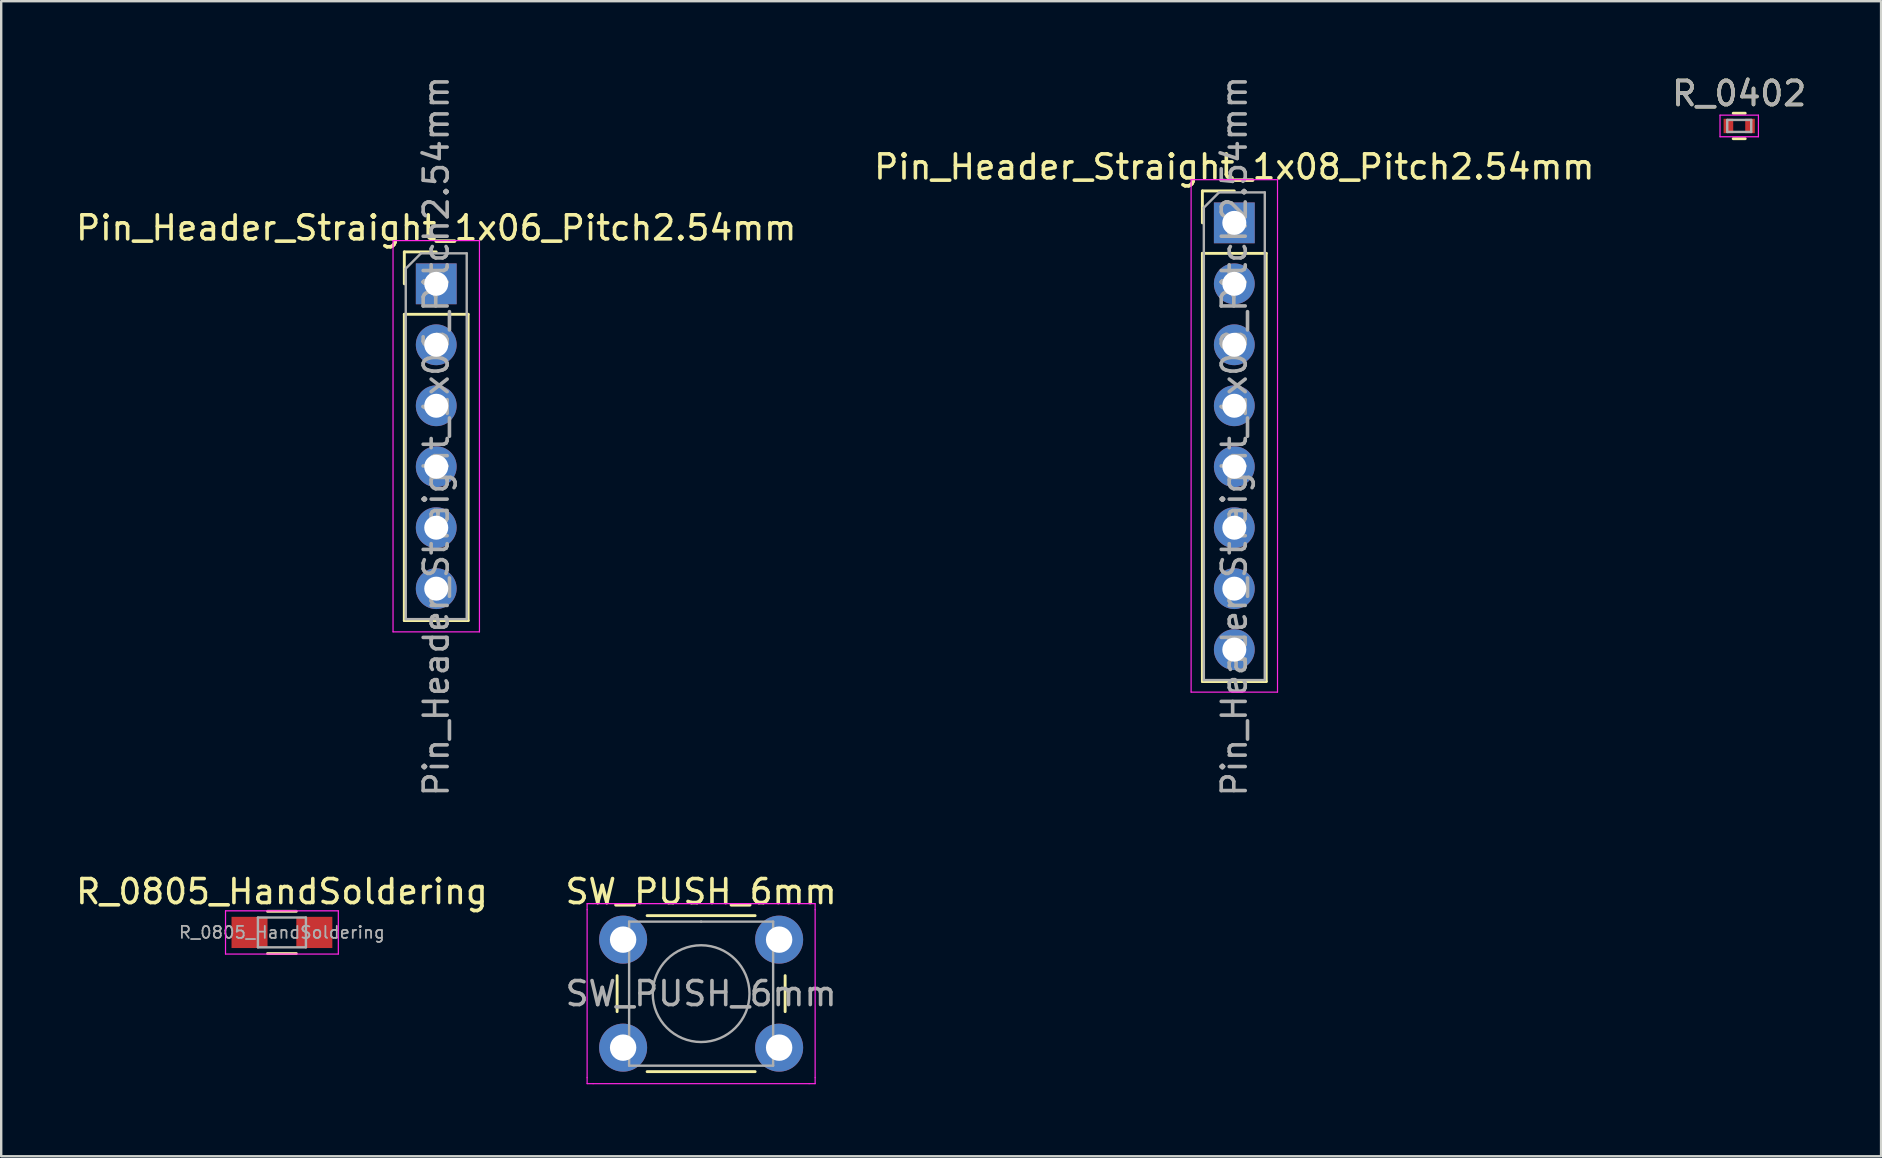
<source format=kicad_pcb>
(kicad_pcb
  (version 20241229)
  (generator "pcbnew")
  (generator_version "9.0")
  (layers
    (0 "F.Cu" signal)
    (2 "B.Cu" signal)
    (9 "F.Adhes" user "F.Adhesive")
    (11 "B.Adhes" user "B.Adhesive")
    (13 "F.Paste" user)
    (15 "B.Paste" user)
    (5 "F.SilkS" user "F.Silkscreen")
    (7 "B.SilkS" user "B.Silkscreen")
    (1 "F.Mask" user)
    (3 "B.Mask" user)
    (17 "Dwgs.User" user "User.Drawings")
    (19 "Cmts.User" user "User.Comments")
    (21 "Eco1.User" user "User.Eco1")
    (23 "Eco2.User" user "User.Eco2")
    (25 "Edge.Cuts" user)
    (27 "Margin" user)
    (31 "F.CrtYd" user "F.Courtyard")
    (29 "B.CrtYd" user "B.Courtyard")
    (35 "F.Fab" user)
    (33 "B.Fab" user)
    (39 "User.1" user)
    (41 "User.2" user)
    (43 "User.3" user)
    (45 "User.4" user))
  (footprint "R_0402"
    (layer "F.Cu")
    (at 69.411 2.198)
    (property "Reference" "R_0402" (at 0 -1.35 0) (layer "F.SilkS") (effects (font (size 1 1) (thickness 0.15))))
    (attr smd)
    (fp_line (start -0.25 0.53) (end 0.25 0.53) (stroke (width 0.12) (type solid)) (layer "F.SilkS"))
    (fp_line (start 0.25 -0.53) (end -0.25 -0.53) (stroke (width 0.12) (type solid)) (layer "F.SilkS"))
    (fp_line (start -0.8 -0.45) (end -0.8 0.45) (stroke (width 0.05) (type solid)) (layer "F.CrtYd"))
    (fp_line (start -0.8 -0.45) (end 0.8 -0.45) (stroke (width 0.05) (type solid)) (layer "F.CrtYd"))
    (fp_line (start 0.8 0.45) (end -0.8 0.45) (stroke (width 0.05) (type solid)) (layer "F.CrtYd"))
    (fp_line (start 0.8 0.45) (end 0.8 -0.45) (stroke (width 0.05) (type solid)) (layer "F.CrtYd"))
    (fp_line (start -0.5 -0.25) (end 0.5 -0.25) (stroke (width 0.1) (type solid)) (layer "F.Fab"))
    (fp_line (start -0.5 0.25) (end -0.5 -0.25) (stroke (width 0.1) (type solid)) (layer "F.Fab"))
    (fp_line (start 0.5 -0.25) (end 0.5 0.25) (stroke (width 0.1) (type solid)) (layer "F.Fab"))
    (fp_line (start 0.5 0.25) (end -0.5 0.25) (stroke (width 0.1) (type solid)) (layer "F.Fab"))
    (fp_text user "${REFERENCE}" (at 0 -1.35 0) (layer "F.Fab") (effects (font (size 1 1) (thickness 0.15))))
    (pad "1" smd rect (at -0.45 0) (size 0.4 0.6) (layers "F.Cu" "F.Mask" "F.Paste"))
    (pad "2" smd rect (at 0.45 0) (size 0.4 0.6) (layers "F.Cu" "F.Mask" "F.Paste")))
  (footprint "R_0805_HandSoldering"
    (layer "F.Cu")
    (at 8.696 35.798)
    (property "Reference" "R_0805_HandSoldering" (at 0 -1.7 0) (layer "F.SilkS") (effects (font (size 1 1) (thickness 0.15))))
    (attr smd)
    (fp_line (start -0.6 -0.88) (end 0.6 -0.88) (stroke (width 0.12) (type solid)) (layer "F.SilkS"))
    (fp_line (start 0.6 0.88) (end -0.6 0.88) (stroke (width 0.12) (type solid)) (layer "F.SilkS"))
    (fp_line (start -2.35 -0.9) (end -2.35 0.9) (stroke (width 0.05) (type solid)) (layer "F.CrtYd"))
    (fp_line (start -2.35 -0.9) (end 2.35 -0.9) (stroke (width 0.05) (type solid)) (layer "F.CrtYd"))
    (fp_line (start 2.35 0.9) (end -2.35 0.9) (stroke (width 0.05) (type solid)) (layer "F.CrtYd"))
    (fp_line (start 2.35 0.9) (end 2.35 -0.9) (stroke (width 0.05) (type solid)) (layer "F.CrtYd"))
    (fp_line (start -1 -0.62) (end 1 -0.62) (stroke (width 0.1) (type solid)) (layer "F.Fab"))
    (fp_line (start -1 0.62) (end -1 -0.62) (stroke (width 0.1) (type solid)) (layer "F.Fab"))
    (fp_line (start 1 -0.62) (end 1 0.62) (stroke (width 0.1) (type solid)) (layer "F.Fab"))
    (fp_line (start 1 0.62) (end -1 0.62) (stroke (width 0.1) (type solid)) (layer "F.Fab"))
    (fp_text user "${REFERENCE}" (at 0 0 0) (layer "F.Fab") (effects (font (size 0.5 0.5) (thickness 0.075))))
    (pad "1" smd rect (at -1.35 0) (size 1.5 1.3) (layers "F.Cu" "F.Mask" "F.Paste"))
    (pad "2" smd rect (at 1.35 0) (size 1.5 1.3) (layers "F.Cu" "F.Mask" "F.Paste")))
  (footprint "SW_PUSH_6mm"
    (layer "F.Cu")
    (at 22.911 36.098)
    (property "Reference" "SW_PUSH_6mm" (at 3.25 -2 0) (layer "F.SilkS") (effects (font (size 1 1) (thickness 0.15))))
    (attr through_hole)
    (fp_line (start -0.25 1.5) (end -0.25 3) (stroke (width 0.12) (type solid)) (layer "F.SilkS"))
    (fp_line (start 1 5.5) (end 5.5 5.5) (stroke (width 0.12) (type solid)) (layer "F.SilkS"))
    (fp_line (start 5.5 -1) (end 1 -1) (stroke (width 0.12) (type solid)) (layer "F.SilkS"))
    (fp_line (start 6.75 3) (end 6.75 1.5) (stroke (width 0.12) (type solid)) (layer "F.SilkS"))
    (fp_line (start -1.5 -1.5) (end -1.25 -1.5) (stroke (width 0.05) (type solid)) (layer "F.CrtYd"))
    (fp_line (start -1.5 -1.25) (end -1.5 -1.5) (stroke (width 0.05) (type solid)) (layer "F.CrtYd"))
    (fp_line (start -1.5 5.75) (end -1.5 -1.25) (stroke (width 0.05) (type solid)) (layer "F.CrtYd"))
    (fp_line (start -1.5 5.75) (end -1.5 6) (stroke (width 0.05) (type solid)) (layer "F.CrtYd"))
    (fp_line (start -1.5 6) (end -1.25 6) (stroke (width 0.05) (type solid)) (layer "F.CrtYd"))
    (fp_line (start -1.25 -1.5) (end 7.75 -1.5) (stroke (width 0.05) (type solid)) (layer "F.CrtYd"))
    (fp_line (start 7.75 -1.5) (end 8 -1.5) (stroke (width 0.05) (type solid)) (layer "F.CrtYd"))
    (fp_line (start 7.75 6) (end -1.25 6) (stroke (width 0.05) (type solid)) (layer "F.CrtYd"))
    (fp_line (start 7.75 6) (end 8 6) (stroke (width 0.05) (type solid)) (layer "F.CrtYd"))
    (fp_line (start 8 -1.5) (end 8 -1.25) (stroke (width 0.05) (type solid)) (layer "F.CrtYd"))
    (fp_line (start 8 -1.25) (end 8 5.75) (stroke (width 0.05) (type solid)) (layer "F.CrtYd"))
    (fp_line (start 8 6) (end 8 5.75) (stroke (width 0.05) (type solid)) (layer "F.CrtYd"))
    (fp_line (start 0.25 -0.75) (end 3.25 -0.75) (stroke (width 0.1) (type solid)) (layer "F.Fab"))
    (fp_line (start 0.25 5.25) (end 0.25 -0.75) (stroke (width 0.1) (type solid)) (layer "F.Fab"))
    (fp_line (start 3.25 -0.75) (end 6.25 -0.75) (stroke (width 0.1) (type solid)) (layer "F.Fab"))
    (fp_line (start 6.25 -0.75) (end 6.25 5.25) (stroke (width 0.1) (type solid)) (layer "F.Fab"))
    (fp_line (start 6.25 5.25) (end 0.25 5.25) (stroke (width 0.1) (type solid)) (layer "F.Fab"))
    (fp_circle (center 3.25 2.25) (end 1.25 2.5) (stroke (width 0.1) (type solid)) (fill no) (layer "F.Fab"))
    (fp_text user "${REFERENCE}" (at 3.25 2.25 0) (layer "F.Fab") (effects (font (size 1 1) (thickness 0.15))))
    (pad "1" thru_hole circle (at 0 0 90) (size 2 2) (drill 1.1) (layers "*.Cu" "*.Mask"))
    (pad "1" thru_hole circle (at 6.5 0 90) (size 2 2) (drill 1.1) (layers "*.Cu" "*.Mask"))
    (pad "2" thru_hole circle (at 0 4.5 90) (size 2 2) (drill 1.1) (layers "*.Cu" "*.Mask"))
    (pad "2" thru_hole circle (at 6.5 4.5 90) (size 2 2) (drill 1.1) (layers "*.Cu" "*.Mask")))
  (footprint "Pin_Header_Straight_1x08_Pitch2.54mm"
    (layer "F.Cu")
    (at 48.375 6.235)
    (property "Reference" "Pin_Header_Straight_1x08_Pitch2.54mm" (at 0 -2.33 0) (layer "F.SilkS") (effects (font (size 1 1) (thickness 0.15))))
    (attr through_hole)
    (fp_line (start -1.33 -1.33) (end 0 -1.33) (stroke (width 0.12) (type solid)) (layer "F.SilkS"))
    (fp_line (start -1.33 0) (end -1.33 -1.33) (stroke (width 0.12) (type solid)) (layer "F.SilkS"))
    (fp_line (start -1.33 1.27) (end -1.33 19.11) (stroke (width 0.12) (type solid)) (layer "F.SilkS"))
    (fp_line (start -1.33 1.27) (end 1.33 1.27) (stroke (width 0.12) (type solid)) (layer "F.SilkS"))
    (fp_line (start -1.33 19.11) (end 1.33 19.11) (stroke (width 0.12) (type solid)) (layer "F.SilkS"))
    (fp_line (start 1.33 1.27) (end 1.33 19.11) (stroke (width 0.12) (type solid)) (layer "F.SilkS"))
    (fp_line (start -1.8 -1.8) (end -1.8 19.55) (stroke (width 0.05) (type solid)) (layer "F.CrtYd"))
    (fp_line (start -1.8 19.55) (end 1.8 19.55) (stroke (width 0.05) (type solid)) (layer "F.CrtYd"))
    (fp_line (start 1.8 -1.8) (end -1.8 -1.8) (stroke (width 0.05) (type solid)) (layer "F.CrtYd"))
    (fp_line (start 1.8 19.55) (end 1.8 -1.8) (stroke (width 0.05) (type solid)) (layer "F.CrtYd"))
    (fp_line (start -1.27 -0.635) (end -0.635 -1.27) (stroke (width 0.1) (type solid)) (layer "F.Fab"))
    (fp_line (start -1.27 19.05) (end -1.27 -0.635) (stroke (width 0.1) (type solid)) (layer "F.Fab"))
    (fp_line (start -0.635 -1.27) (end 1.27 -1.27) (stroke (width 0.1) (type solid)) (layer "F.Fab"))
    (fp_line (start 1.27 -1.27) (end 1.27 19.05) (stroke (width 0.1) (type solid)) (layer "F.Fab"))
    (fp_line (start 1.27 19.05) (end -1.27 19.05) (stroke (width 0.1) (type solid)) (layer "F.Fab"))
    (fp_text user "${REFERENCE}" (at 0 8.89 90) (layer "F.Fab") (effects (font (size 1 1) (thickness 0.15))))
    (pad "1" thru_hole rect (at 0 0) (size 1.7 1.7) (drill 1) (layers "*.Cu" "*.Mask"))
    (pad "2" thru_hole oval (at 0 2.54) (size 1.7 1.7) (drill 1) (layers "*.Cu" "*.Mask"))
    (pad "3" thru_hole oval (at 0 5.08) (size 1.7 1.7) (drill 1) (layers "*.Cu" "*.Mask"))
    (pad "4" thru_hole oval (at 0 7.62) (size 1.7 1.7) (drill 1) (layers "*.Cu" "*.Mask"))
    (pad "5" thru_hole oval (at 0 10.16) (size 1.7 1.7) (drill 1) (layers "*.Cu" "*.Mask"))
    (pad "6" thru_hole oval (at 0 12.7) (size 1.7 1.7) (drill 1) (layers "*.Cu" "*.Mask"))
    (pad "7" thru_hole oval (at 0 15.24) (size 1.7 1.7) (drill 1) (layers "*.Cu" "*.Mask"))
    (pad "8" thru_hole oval (at 0 17.78) (size 1.7 1.7) (drill 1) (layers "*.Cu" "*.Mask")))
  (footprint "Pin_Header_Straight_1x06_Pitch2.54mm"
    (layer "F.Cu")
    (at 15.125 8.775)
    (property "Reference" "Pin_Header_Straight_1x06_Pitch2.54mm" (at 0 -2.33 0) (layer "F.SilkS") (effects (font (size 1 1) (thickness 0.15))))
    (attr through_hole)
    (fp_line (start -1.33 -1.33) (end 0 -1.33) (stroke (width 0.12) (type solid)) (layer "F.SilkS"))
    (fp_line (start -1.33 0) (end -1.33 -1.33) (stroke (width 0.12) (type solid)) (layer "F.SilkS"))
    (fp_line (start -1.33 1.27) (end -1.33 14.03) (stroke (width 0.12) (type solid)) (layer "F.SilkS"))
    (fp_line (start -1.33 1.27) (end 1.33 1.27) (stroke (width 0.12) (type solid)) (layer "F.SilkS"))
    (fp_line (start -1.33 14.03) (end 1.33 14.03) (stroke (width 0.12) (type solid)) (layer "F.SilkS"))
    (fp_line (start 1.33 1.27) (end 1.33 14.03) (stroke (width 0.12) (type solid)) (layer "F.SilkS"))
    (fp_line (start -1.8 -1.8) (end -1.8 14.5) (stroke (width 0.05) (type solid)) (layer "F.CrtYd"))
    (fp_line (start -1.8 14.5) (end 1.8 14.5) (stroke (width 0.05) (type solid)) (layer "F.CrtYd"))
    (fp_line (start 1.8 -1.8) (end -1.8 -1.8) (stroke (width 0.05) (type solid)) (layer "F.CrtYd"))
    (fp_line (start 1.8 14.5) (end 1.8 -1.8) (stroke (width 0.05) (type solid)) (layer "F.CrtYd"))
    (fp_line (start -1.27 -0.635) (end -0.635 -1.27) (stroke (width 0.1) (type solid)) (layer "F.Fab"))
    (fp_line (start -1.27 13.97) (end -1.27 -0.635) (stroke (width 0.1) (type solid)) (layer "F.Fab"))
    (fp_line (start -0.635 -1.27) (end 1.27 -1.27) (stroke (width 0.1) (type solid)) (layer "F.Fab"))
    (fp_line (start 1.27 -1.27) (end 1.27 13.97) (stroke (width 0.1) (type solid)) (layer "F.Fab"))
    (fp_line (start 1.27 13.97) (end -1.27 13.97) (stroke (width 0.1) (type solid)) (layer "F.Fab"))
    (fp_text user "${REFERENCE}" (at 0 6.35 90) (layer "F.Fab") (effects (font (size 1 1) (thickness 0.15))))
    (pad "1" thru_hole rect (at 0 0) (size 1.7 1.7) (drill 1) (layers "*.Cu" "*.Mask"))
    (pad "2" thru_hole oval (at 0 2.54) (size 1.7 1.7) (drill 1) (layers "*.Cu" "*.Mask"))
    (pad "3" thru_hole oval (at 0 5.08) (size 1.7 1.7) (drill 1) (layers "*.Cu" "*.Mask"))
    (pad "4" thru_hole oval (at 0 7.62) (size 1.7 1.7) (drill 1) (layers "*.Cu" "*.Mask"))
    (pad "5" thru_hole oval (at 0 10.16) (size 1.7 1.7) (drill 1) (layers "*.Cu" "*.Mask"))
    (pad "6" thru_hole oval (at 0 12.7) (size 1.7 1.7) (drill 1) (layers "*.Cu" "*.Mask")))
  (gr_rect
    (start -3 -3)
    (end 75.321 45.123)
    (stroke (width 0.1) (type default))
    (fill no)
    (layer "Edge.Cuts")))
</source>
